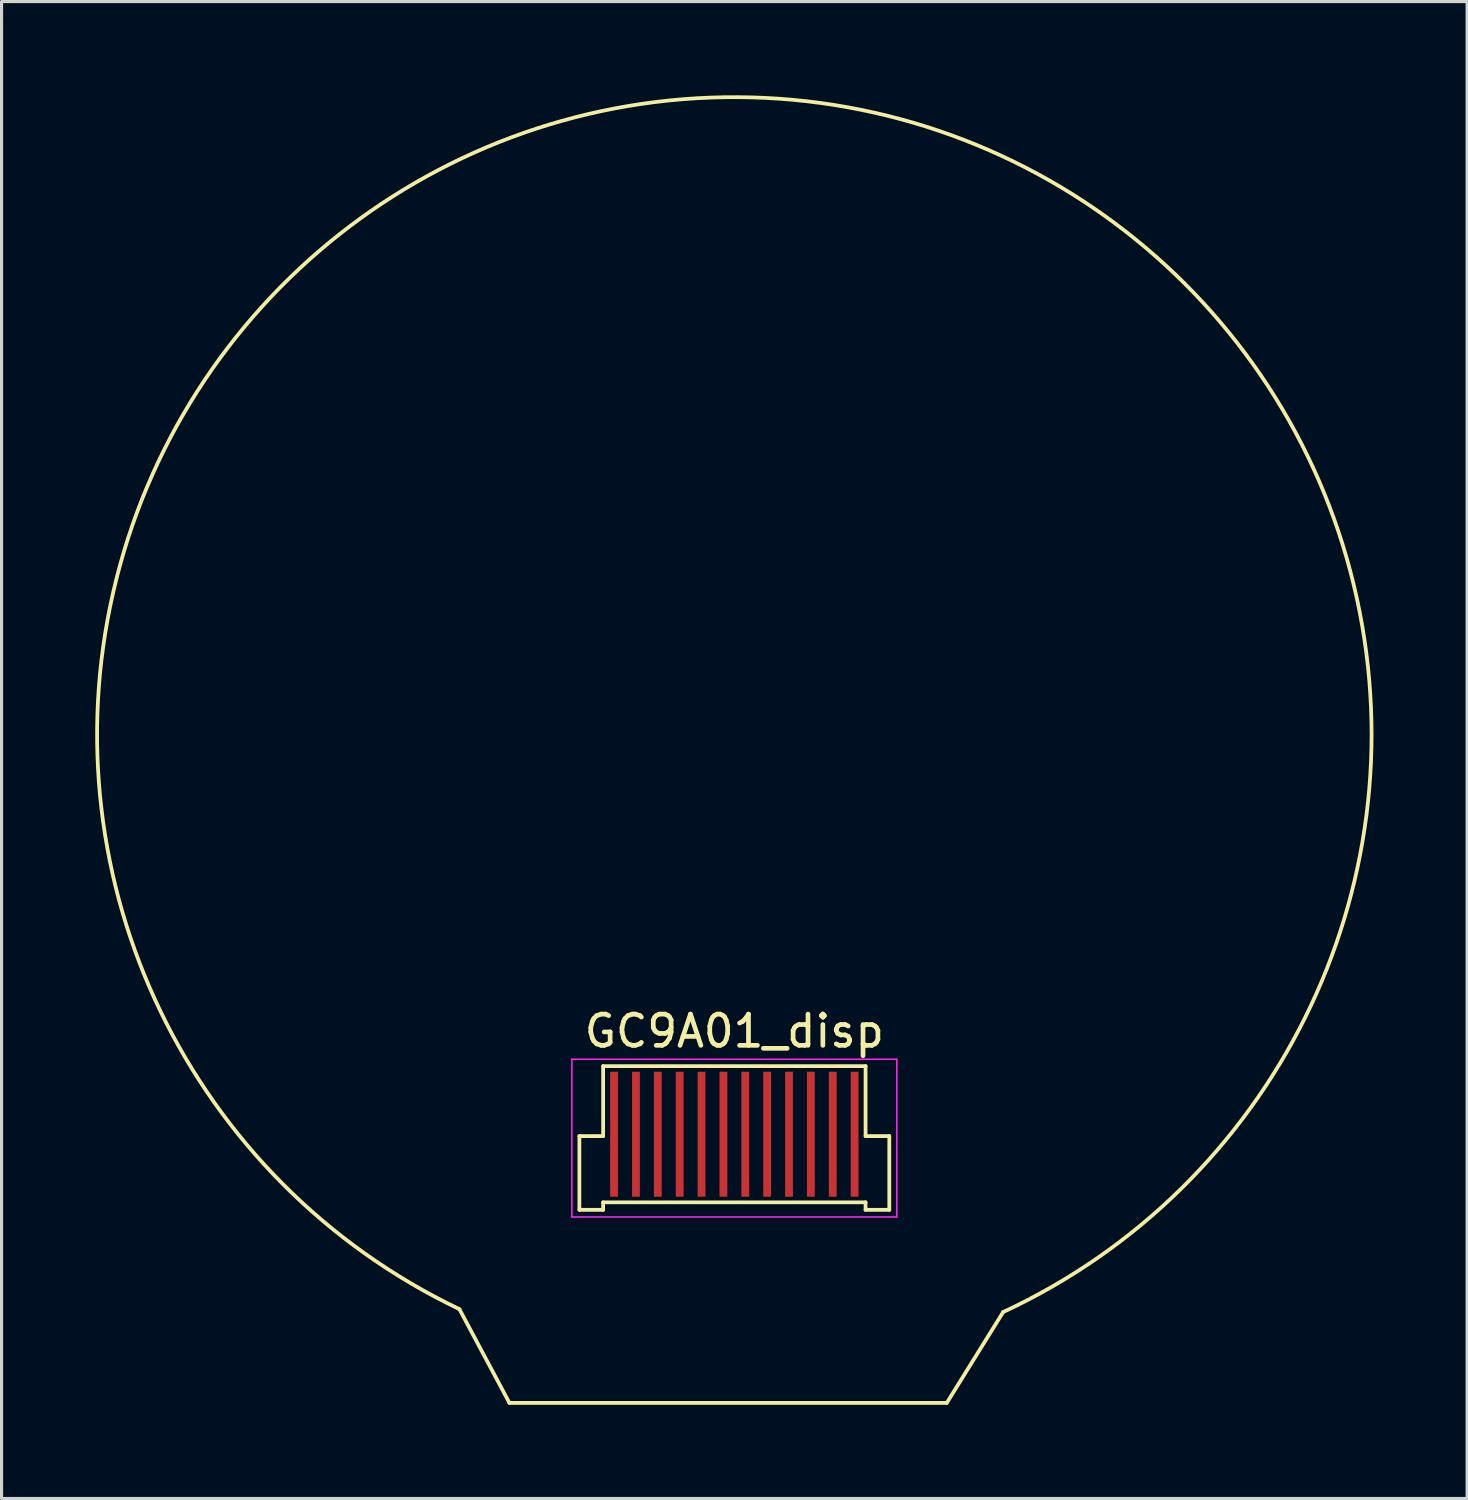
<source format=kicad_pcb>
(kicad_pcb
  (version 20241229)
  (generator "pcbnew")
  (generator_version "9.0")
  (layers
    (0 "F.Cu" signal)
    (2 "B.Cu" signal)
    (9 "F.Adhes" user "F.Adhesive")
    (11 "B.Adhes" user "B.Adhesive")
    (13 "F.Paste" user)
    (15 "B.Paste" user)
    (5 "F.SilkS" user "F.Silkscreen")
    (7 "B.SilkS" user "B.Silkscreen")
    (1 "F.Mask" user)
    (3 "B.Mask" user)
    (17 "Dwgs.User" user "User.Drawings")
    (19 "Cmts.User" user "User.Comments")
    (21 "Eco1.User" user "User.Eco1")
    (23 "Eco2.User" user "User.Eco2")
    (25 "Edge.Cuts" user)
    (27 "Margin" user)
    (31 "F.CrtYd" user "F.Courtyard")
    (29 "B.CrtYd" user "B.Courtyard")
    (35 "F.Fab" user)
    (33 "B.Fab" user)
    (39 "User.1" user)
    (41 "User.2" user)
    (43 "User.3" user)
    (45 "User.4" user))
  (footprint "GC9A01_disp"
    (layer "F.Cu")
    (at 20.456 20.306)
    (property "Reference" "GC9A01_disp" (at 0 9.65 0) (layer "F.SilkS") (effects (font (size 1 1) (thickness 0.15))))
    (fp_line (start -7.2 21.55) (end -8.8 18.55) (stroke (width 0.12) (type solid)) (layer "F.SilkS"))
    (fp_line (start -7.2 21.55) (end 6.8 21.55) (stroke (width 0.12) (type solid)) (layer "F.SilkS"))
    (fp_line (start -4.96 13.01) (end -4.2 13.01) (stroke (width 0.12) (type solid)) (layer "F.SilkS"))
    (fp_line (start -4.96 15.37) (end -4.96 13.01) (stroke (width 0.12) (type solid)) (layer "F.SilkS"))
    (fp_line (start -4.2 10.77) (end 4.2 10.77) (stroke (width 0.12) (type solid)) (layer "F.SilkS"))
    (fp_line (start -4.2 13.01) (end -4.2 10.77) (stroke (width 0.12) (type solid)) (layer "F.SilkS"))
    (fp_line (start -4.2 15.13) (end -4.2 15.37) (stroke (width 0.12) (type solid)) (layer "F.SilkS"))
    (fp_line (start -4.2 15.13) (end 4.2 15.13) (stroke (width 0.12) (type solid)) (layer "F.SilkS"))
    (fp_line (start -4.2 15.37) (end -4.96 15.37) (stroke (width 0.12) (type solid)) (layer "F.SilkS"))
    (fp_line (start 4.2 13.01) (end 4.2 10.77) (stroke (width 0.12) (type solid)) (layer "F.SilkS"))
    (fp_line (start 4.2 15.13) (end 4.2 15.37) (stroke (width 0.12) (type solid)) (layer "F.SilkS"))
    (fp_line (start 4.2 15.37) (end 4.96 15.37) (stroke (width 0.12) (type solid)) (layer "F.SilkS"))
    (fp_line (start 4.96 13.01) (end 4.2 13.01) (stroke (width 0.12) (type solid)) (layer "F.SilkS"))
    (fp_line (start 4.96 15.37) (end 4.96 13.01) (stroke (width 0.12) (type solid)) (layer "F.SilkS"))
    (fp_line (start 6.8 21.55) (end 8.6 18.65) (stroke (width 0.12) (type solid)) (layer "F.SilkS"))
    (fp_arc (start -8.8 18.55) (mid 0.11176 -20.245772) (end 8.59783 18.645332) (stroke (width 0.12) (type solid)) (layer "F.SilkS"))
    (fp_line (start -5.2 10.55) (end -5.2 15.6) (stroke (width 0.05) (type solid)) (layer "F.CrtYd"))
    (fp_line (start -5.2 10.55) (end 5.2 10.55) (stroke (width 0.05) (type solid)) (layer "F.CrtYd"))
    (fp_line (start -5.2 15.6) (end 5.2 15.6) (stroke (width 0.05) (type solid)) (layer "F.CrtYd"))
    (fp_line (start 5.2 10.55) (end 5.2 15.6) (stroke (width 0.05) (type solid)) (layer "F.CrtYd"))
    (pad "1" smd rect (at -3.85 12.95) (size 0.25 4) (layers "F.Cu" "F.Mask" "F.Paste"))
    (pad "2" smd rect (at -3.15 12.95) (size 0.25 4) (layers "F.Cu" "F.Mask" "F.Paste"))
    (pad "3" smd rect (at -2.45 12.95) (size 0.25 4) (layers "F.Cu" "F.Mask" "F.Paste"))
    (pad "4" smd rect (at -1.75 12.95) (size 0.25 4) (layers "F.Cu" "F.Mask" "F.Paste"))
    (pad "5" smd rect (at -1.05 12.95) (size 0.25 4) (layers "F.Cu" "F.Mask" "F.Paste"))
    (pad "6" smd rect (at -0.35 12.95) (size 0.25 4) (layers "F.Cu" "F.Mask" "F.Paste"))
    (pad "7" smd rect (at 0.35 12.95) (size 0.25 4) (layers "F.Cu" "F.Mask" "F.Paste"))
    (pad "8" smd rect (at 1.05 12.95) (size 0.25 4) (layers "F.Cu" "F.Mask" "F.Paste"))
    (pad "9" smd rect (at 1.75 12.95) (size 0.25 4) (layers "F.Cu" "F.Mask" "F.Paste"))
    (pad "10" smd rect (at 2.45 12.95) (size 0.25 4) (layers "F.Cu" "F.Mask" "F.Paste"))
    (pad "11" smd rect (at 3.15 12.95) (size 0.25 4) (layers "F.Cu" "F.Mask" "F.Paste"))
    (pad "12" smd rect (at 3.85 12.95) (size 0.25 4) (layers "F.Cu" "F.Mask" "F.Paste")))
  (gr_rect
    (start -3 -3)
    (end 43.912 44.916)
    (stroke (width 0.1) (type default))
    (fill no)
    (layer "Edge.Cuts")))
</source>
